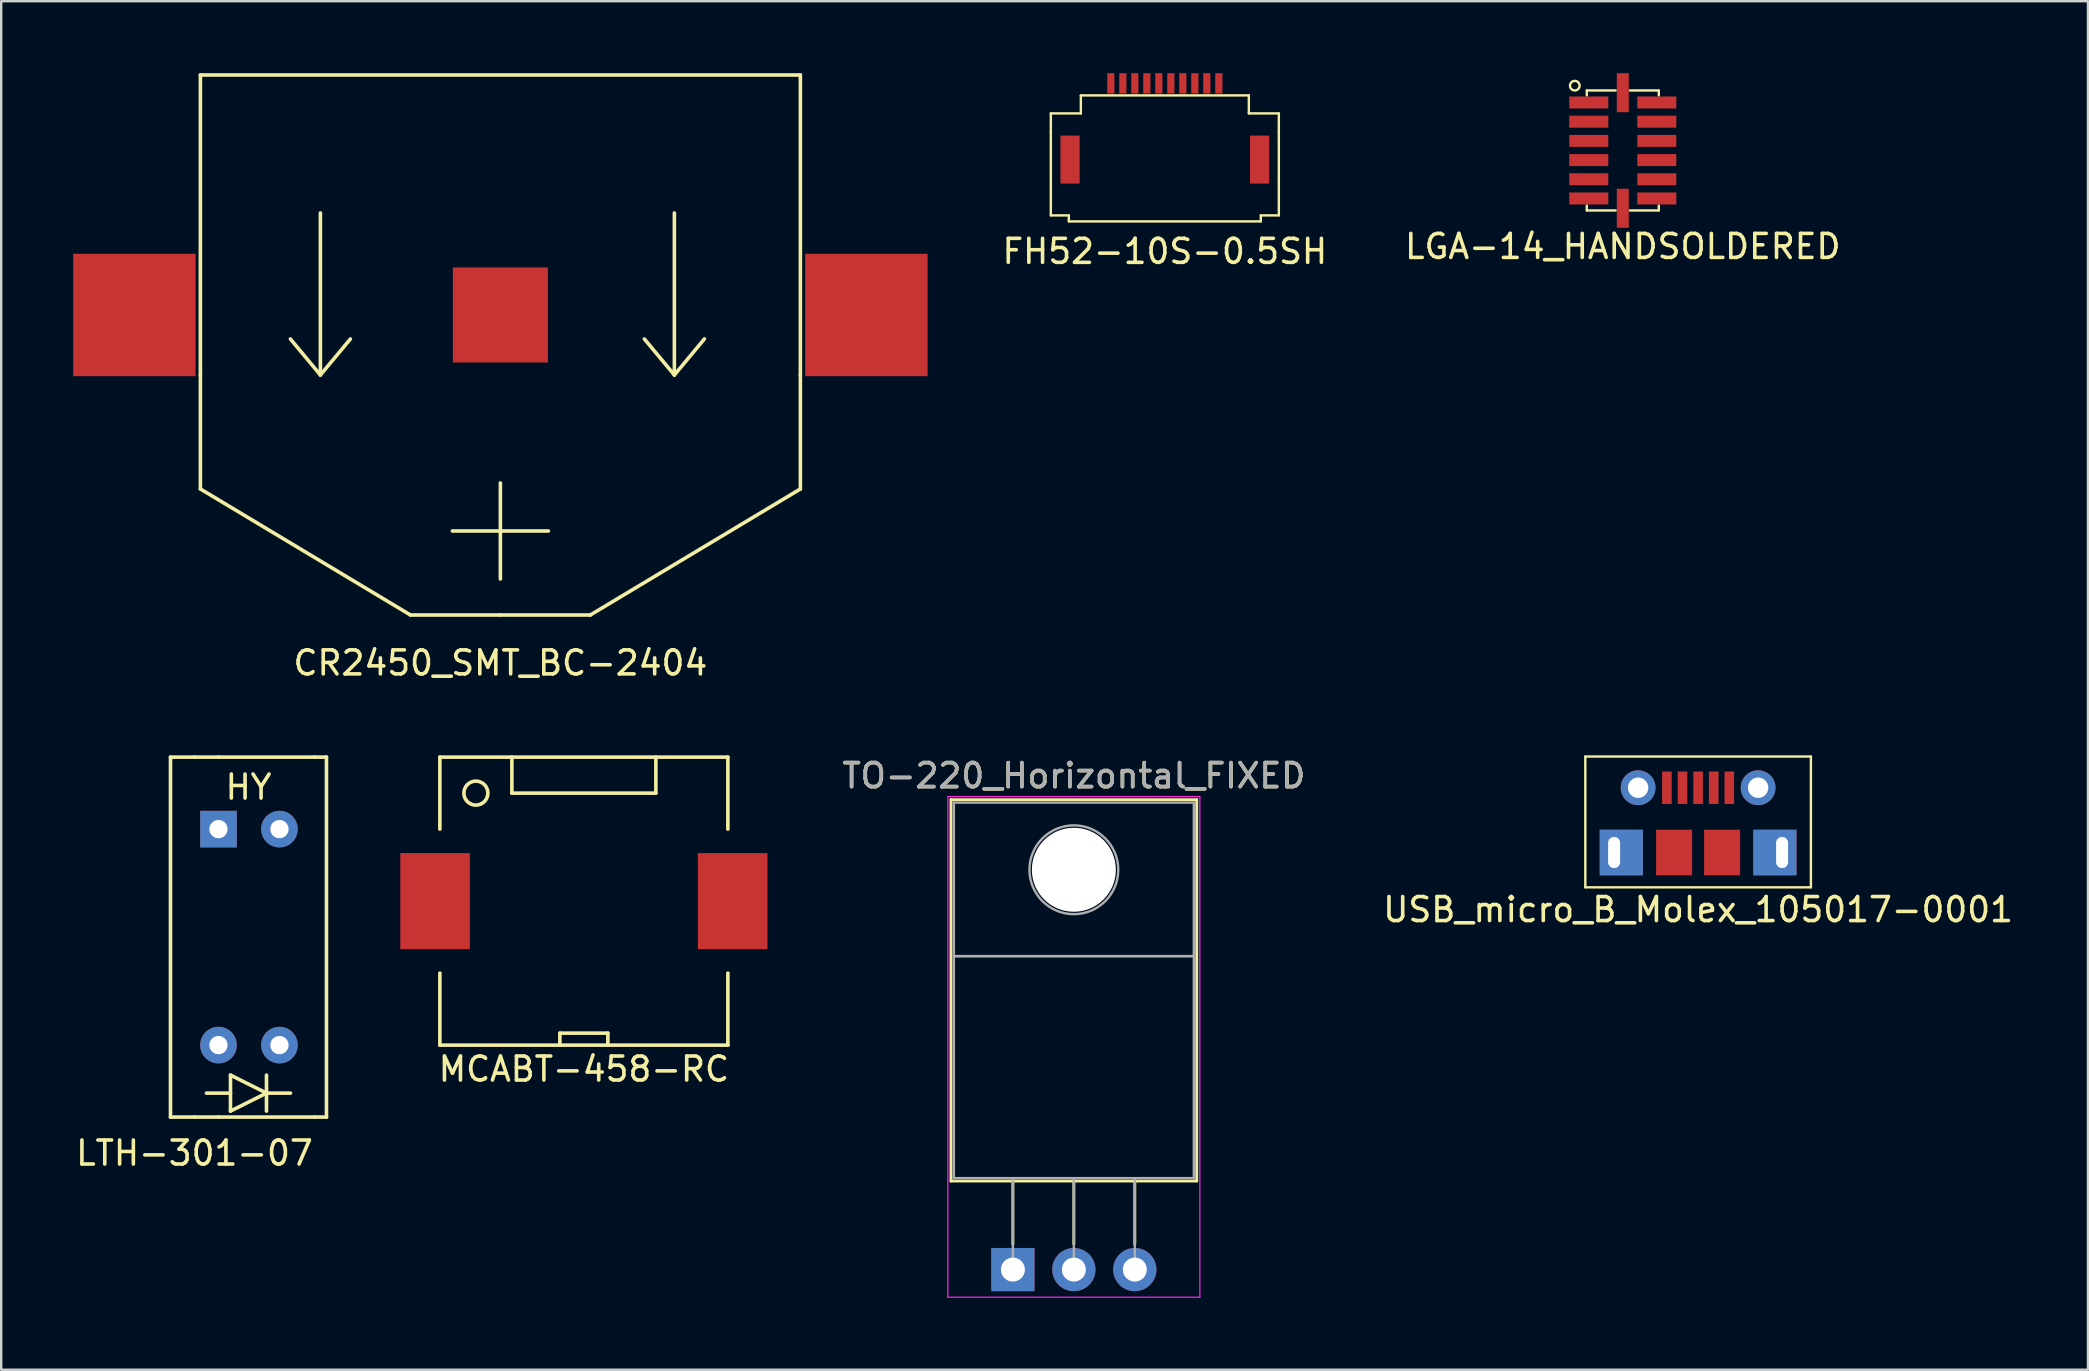
<source format=kicad_pcb>
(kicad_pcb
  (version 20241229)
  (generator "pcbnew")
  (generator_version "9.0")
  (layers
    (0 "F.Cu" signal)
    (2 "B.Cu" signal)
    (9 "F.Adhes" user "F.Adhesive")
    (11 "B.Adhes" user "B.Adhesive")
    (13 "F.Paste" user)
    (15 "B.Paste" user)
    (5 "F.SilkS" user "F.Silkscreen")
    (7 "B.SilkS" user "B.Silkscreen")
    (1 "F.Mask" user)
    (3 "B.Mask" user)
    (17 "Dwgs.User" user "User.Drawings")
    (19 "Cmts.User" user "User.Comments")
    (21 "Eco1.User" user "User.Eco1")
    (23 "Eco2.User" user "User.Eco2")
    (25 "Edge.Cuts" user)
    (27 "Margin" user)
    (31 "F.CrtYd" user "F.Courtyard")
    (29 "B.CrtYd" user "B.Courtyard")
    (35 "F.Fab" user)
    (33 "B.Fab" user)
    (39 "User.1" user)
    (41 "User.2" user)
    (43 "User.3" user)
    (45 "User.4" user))
  (footprint "USB_micro_B_Molex_105017-0001"
    (layer "F.Cu")
    (at 67.708 29.773)
    (property "Reference" "USB_micro_B_Molex_105017-0001" (at 0 5.08 0) (layer "F.SilkS") (effects (font (size 1 1) (thickness 0.15))))
    (attr through_hole)
    (fp_line (start -4.7 -1.3) (end 4.7 -1.3) (stroke (width 0.1) (type solid)) (layer "F.SilkS"))
    (fp_line (start -4.7 4.15) (end -4.7 -1.3) (stroke (width 0.1) (type solid)) (layer "F.SilkS"))
    (fp_line (start -4.7 4.15) (end 4.7 4.15) (stroke (width 0.1) (type solid)) (layer "F.SilkS"))
    (fp_line (start 4.7 -1.3) (end 4.7 4.15) (stroke (width 0.1) (type solid)) (layer "F.SilkS"))
    (pad "1" smd rect (at -1.3 0) (size 0.4 1.35) (layers "F.Cu" "F.Mask" "F.Paste"))
    (pad "2" smd rect (at -0.65 0) (size 0.4 1.35) (layers "F.Cu" "F.Mask" "F.Paste"))
    (pad "3" smd rect (at 0 0) (size 0.4 1.35) (layers "F.Cu" "F.Mask" "F.Paste"))
    (pad "4" smd rect (at 0.65 0) (size 0.4 1.35) (layers "F.Cu" "F.Mask" "F.Paste"))
    (pad "5" smd rect (at 1.3 0) (size 0.4 1.35) (layers "F.Cu" "F.Mask" "F.Paste"))
    (pad "6" thru_hole rect (at -3.5 2.7 180) (size 1.8 1.9) (drill oval 0.5 1.3 (offset -0.3 0)) (layers "*.Cu" "*.Mask"))
    (pad "6" thru_hole circle (at -2.5 0) (size 1.45 1.45) (drill 0.85) (layers "*.Cu" "*.Mask"))
    (pad "6" smd rect (at -1 2.7) (size 1.5 1.9) (layers "F.Cu" "F.Mask" "F.Paste"))
    (pad "6" smd rect (at 1 2.7) (size 1.5 1.9) (layers "F.Cu" "F.Mask" "F.Paste"))
    (pad "6" thru_hole circle (at 2.5 0) (size 1.45 1.45) (drill 0.85) (layers "*.Cu" "*.Mask"))
    (pad "6" thru_hole rect (at 3.5 2.7) (size 1.8 1.9) (drill oval 0.5 1.3 (offset -0.3 0)) (layers "*.Cu" "*.Mask")))
  (footprint "TO-220_Horizontal_FIXED"
    (layer "F.Cu")
    (at 39.156 49.852)
    (property "Reference" "TO-220_Horizontal_FIXED" (at 2.54 -20.58 0) (layer "F.SilkS") (effects (font (size 1 1) (thickness 0.15))))
    (attr through_hole)
    (fp_line (start -2.58 -19.58) (end -2.58 -3.69) (stroke (width 0.12) (type solid)) (layer "F.SilkS"))
    (fp_line (start -2.58 -19.58) (end 7.66 -19.58) (stroke (width 0.12) (type solid)) (layer "F.SilkS"))
    (fp_line (start -2.58 -3.69) (end 7.66 -3.69) (stroke (width 0.12) (type solid)) (layer "F.SilkS"))
    (fp_line (start 0 -3.69) (end 0 -1.05) (stroke (width 0.12) (type solid)) (layer "F.SilkS"))
    (fp_line (start 2.54 -3.69) (end 2.54 -1.066) (stroke (width 0.12) (type solid)) (layer "F.SilkS"))
    (fp_line (start 5.08 -3.69) (end 5.08 -1.066) (stroke (width 0.12) (type solid)) (layer "F.SilkS"))
    (fp_line (start 7.66 -19.58) (end 7.66 -3.69) (stroke (width 0.12) (type solid)) (layer "F.SilkS"))
    (fp_line (start -2.71 -19.71) (end -2.71 1.15) (stroke (width 0.05) (type solid)) (layer "F.CrtYd"))
    (fp_line (start -2.71 1.15) (end 7.79 1.15) (stroke (width 0.05) (type solid)) (layer "F.CrtYd"))
    (fp_line (start 7.79 -19.71) (end -2.71 -19.71) (stroke (width 0.05) (type solid)) (layer "F.CrtYd"))
    (fp_line (start 7.79 1.15) (end 7.79 -19.71) (stroke (width 0.05) (type solid)) (layer "F.CrtYd"))
    (fp_line (start -2.46 -19.46) (end 7.54 -19.46) (stroke (width 0.1) (type solid)) (layer "F.Fab"))
    (fp_line (start -2.46 -13.06) (end -2.46 -19.46) (stroke (width 0.1) (type solid)) (layer "F.Fab"))
    (fp_line (start -2.46 -13.06) (end 7.54 -13.06) (stroke (width 0.1) (type solid)) (layer "F.Fab"))
    (fp_line (start -2.46 -3.81) (end -2.46 -13.06) (stroke (width 0.1) (type solid)) (layer "F.Fab"))
    (fp_line (start 0 -3.81) (end 0 0) (stroke (width 0.1) (type solid)) (layer "F.Fab"))
    (fp_line (start 2.54 -3.81) (end 2.54 0) (stroke (width 0.1) (type solid)) (layer "F.Fab"))
    (fp_line (start 5.08 -3.81) (end 5.08 0) (stroke (width 0.1) (type solid)) (layer "F.Fab"))
    (fp_line (start 7.54 -19.46) (end 7.54 -13.06) (stroke (width 0.1) (type solid)) (layer "F.Fab"))
    (fp_line (start 7.54 -13.06) (end -2.46 -13.06) (stroke (width 0.1) (type solid)) (layer "F.Fab"))
    (fp_line (start 7.54 -13.06) (end 7.54 -3.81) (stroke (width 0.1) (type solid)) (layer "F.Fab"))
    (fp_line (start 7.54 -3.81) (end -2.46 -3.81) (stroke (width 0.1) (type solid)) (layer "F.Fab"))
    (fp_circle (center 2.54 -16.66) (end 4.39 -16.66) (stroke (width 0.1) (type solid)) (fill no) (layer "F.Fab"))
    (fp_text user "${REFERENCE}" (at 2.54 -20.58 0) (layer "F.Fab") (effects (font (size 1 1) (thickness 0.15))))
    (pad "" np_thru_hole oval (at 2.54 -16.66) (size 3.5 3.5) (drill 3.5) (layers "*.Cu" "*.Mask"))
    (pad "GND" thru_hole oval (at 2.54 0) (size 1.8 1.8) (drill 1) (layers "*.Cu" "*.Mask"))
    (pad "VI" thru_hole rect (at 0 0) (size 1.8 1.8) (drill 1) (layers "*.Cu" "*.Mask"))
    (pad "VO" thru_hole oval (at 5.08 0) (size 1.8 1.8) (drill 1) (layers "*.Cu" "*.Mask")))
  (footprint "LTH-301-07"
    (layer "F.Cu")
    (at 6.054 31.498)
    (property "Reference" "LTH-301-07" (at -1 13.5 0) (layer "F.SilkS") (effects (font (size 1 1) (thickness 0.15))))
    (attr through_hole)
    (fp_line (start -2 -3) (end -2 12) (stroke (width 0.15) (type solid)) (layer "F.SilkS"))
    (fp_line (start -2 12) (end -1 12) (stroke (width 0.15) (type solid)) (layer "F.SilkS"))
    (fp_line (start -1 -3) (end -2 -3) (stroke (width 0.15) (type solid)) (layer "F.SilkS"))
    (fp_line (start 0 -3) (end -1 -3) (stroke (width 0.15) (type solid)) (layer "F.SilkS"))
    (fp_line (start 0 -3) (end 4 -3) (stroke (width 0.15) (type solid)) (layer "F.SilkS"))
    (fp_line (start 0 12) (end -1 12) (stroke (width 0.15) (type solid)) (layer "F.SilkS"))
    (fp_line (start 0 12) (end 4 12) (stroke (width 0.15) (type solid)) (layer "F.SilkS"))
    (fp_line (start 0.5 10.25) (end 0.5 11.75) (stroke (width 0.15) (type solid)) (layer "F.SilkS"))
    (fp_line (start 0.5 10.25) (end 2 11) (stroke (width 0.15) (type solid)) (layer "F.SilkS"))
    (fp_line (start 0.5 11) (end -0.5 11) (stroke (width 0.15) (type solid)) (layer "F.SilkS"))
    (fp_line (start 0.5 11.75) (end 2 11) (stroke (width 0.15) (type solid)) (layer "F.SilkS"))
    (fp_line (start 2 11) (end 3 11) (stroke (width 0.15) (type solid)) (layer "F.SilkS"))
    (fp_line (start 2 11.75) (end 2 10.25) (stroke (width 0.15) (type solid)) (layer "F.SilkS"))
    (fp_line (start 4 -3) (end 4.5 -3) (stroke (width 0.15) (type solid)) (layer "F.SilkS"))
    (fp_line (start 4.5 -3) (end 4.5 12) (stroke (width 0.15) (type solid)) (layer "F.SilkS"))
    (fp_line (start 4.5 12) (end 4 12) (stroke (width 0.15) (type solid)) (layer "F.SilkS"))
    (fp_text user "HY" (at 1.25 -1.75 0) (layer "F.SilkS") (effects (font (size 1 1) (thickness 0.15))))
    (pad "1" thru_hole circle (at 0 9) (size 1.524 1.524) (drill 0.762) (layers "*.Cu" "*.Mask"))
    (pad "2" thru_hole circle (at 2.54 9) (size 1.524 1.524) (drill 0.762) (layers "*.Cu" "*.Mask"))
    (pad "15" thru_hole rect (at 0 0) (size 1.524 1.524) (drill 0.762) (layers "*.Cu" "*.Mask"))
    (pad "16" thru_hole circle (at 2.54 0) (size 1.524 1.524) (drill 0.762) (layers "*.Cu" "*.Mask")))
  (footprint "LGA-14_HANDSOLDERED"
    (layer "F.Cu")
    (at 64.57 3.22)
    (property "Reference" "LGA-14_HANDSOLDERED" (at 0 4 0) (layer "F.SilkS") (effects (font (size 1 1) (thickness 0.15))))
    (attr through_hole)
    (fp_line (start -1.5 -2.5) (end -0.3 -2.5) (stroke (width 0.1) (type solid)) (layer "F.SilkS"))
    (fp_line (start -1.5 -2.3) (end -1.5 -2.5) (stroke (width 0.1) (type solid)) (layer "F.SilkS"))
    (fp_line (start -1.5 2.5) (end -1.5 2.3) (stroke (width 0.1) (type solid)) (layer "F.SilkS"))
    (fp_line (start -0.3 2.5) (end -1.5 2.5) (stroke (width 0.1) (type solid)) (layer "F.SilkS"))
    (fp_line (start 0.3 -2.5) (end 1.5 -2.5) (stroke (width 0.1) (type solid)) (layer "F.SilkS"))
    (fp_line (start 0.3 2.5) (end 1.5 2.5) (stroke (width 0.1) (type solid)) (layer "F.SilkS"))
    (fp_line (start 1.5 -2.5) (end 1.5 -2.3) (stroke (width 0.1) (type solid)) (layer "F.SilkS"))
    (fp_line (start 1.5 2.5) (end 1.5 2.3) (stroke (width 0.1) (type solid)) (layer "F.SilkS"))
    (fp_circle (center -2 -2.7) (end -2 -2.9) (stroke (width 0.1) (type solid)) (fill no) (layer "F.SilkS"))
    (pad "1" smd rect (at -1.01 -2) (size 1.626 0.5) (drill (offset -0.407 0)) (layers "F.Cu" "F.Mask" "F.Paste"))
    (pad "2" smd rect (at -1.01 -1.2) (size 1.626 0.5) (drill (offset -0.407 0)) (layers "F.Cu" "F.Mask" "F.Paste"))
    (pad "3" smd rect (at -1.01 -0.4) (size 1.626 0.5) (drill (offset -0.407 0)) (layers "F.Cu" "F.Mask" "F.Paste"))
    (pad "4" smd rect (at -1.01 0.4) (size 1.626 0.5) (drill (offset -0.407 0)) (layers "F.Cu" "F.Mask" "F.Paste"))
    (pad "5" smd rect (at -1.01 1.2) (size 1.626 0.5) (drill (offset -0.407 0)) (layers "F.Cu" "F.Mask" "F.Paste"))
    (pad "6" smd rect (at -1.01 2) (size 1.626 0.5) (drill (offset -0.407 0)) (layers "F.Cu" "F.Mask" "F.Paste"))
    (pad "7" smd rect (at 0 2 90) (size 1.626 0.5) (drill (offset -0.407 0)) (layers "F.Cu" "F.Mask" "F.Paste"))
    (pad "8" smd rect (at 1.01 2 180) (size 1.626 0.5) (drill (offset -0.407 0)) (layers "F.Cu" "F.Mask" "F.Paste"))
    (pad "9" smd rect (at 1.01 1.2 180) (size 1.626 0.5) (drill (offset -0.407 0)) (layers "F.Cu" "F.Mask" "F.Paste"))
    (pad "10" smd rect (at 1.01 0.4 180) (size 1.626 0.5) (drill (offset -0.407 0)) (layers "F.Cu" "F.Mask" "F.Paste"))
    (pad "11" smd rect (at 1.01 -0.4 180) (size 1.626 0.5) (drill (offset -0.407 0)) (layers "F.Cu" "F.Mask" "F.Paste"))
    (pad "12" smd rect (at 1.01 -1.2 180) (size 1.626 0.5) (drill (offset -0.407 0)) (layers "F.Cu" "F.Mask" "F.Paste"))
    (pad "13" smd rect (at 1.01 -2 180) (size 1.626 0.5) (drill (offset -0.407 0)) (layers "F.Cu" "F.Mask" "F.Paste"))
    (pad "14" smd rect (at 0 -2 270) (size 1.626 0.5) (drill (offset -0.407 0)) (layers "F.Cu" "F.Mask" "F.Paste")))
  (footprint "MCABT-458-RC"
    (layer "F.Cu")
    (at 21.279 34.498)
    (property "Reference" "MCABT-458-RC" (at 0 7 0) (layer "F.SilkS") (effects (font (size 1 1) (thickness 0.15))))
    (attr through_hole)
    (fp_line (start -6 -6) (end -6 -3) (stroke (width 0.15) (type solid)) (layer "F.SilkS"))
    (fp_line (start -6 -6) (end 6 -6) (stroke (width 0.15) (type solid)) (layer "F.SilkS"))
    (fp_line (start -6 6) (end -6 3) (stroke (width 0.15) (type solid)) (layer "F.SilkS"))
    (fp_line (start -3 -6) (end -3 -4.5) (stroke (width 0.15) (type solid)) (layer "F.SilkS"))
    (fp_line (start -3 -4.5) (end 3 -4.5) (stroke (width 0.15) (type solid)) (layer "F.SilkS"))
    (fp_line (start -1 5.5) (end 1 5.5) (stroke (width 0.15) (type solid)) (layer "F.SilkS"))
    (fp_line (start -1 6) (end -1 5.5) (stroke (width 0.15) (type solid)) (layer "F.SilkS"))
    (fp_line (start 1 5.5) (end 1 6) (stroke (width 0.15) (type solid)) (layer "F.SilkS"))
    (fp_line (start 3 -4.5) (end 3 -6) (stroke (width 0.15) (type solid)) (layer "F.SilkS"))
    (fp_line (start 6 -6) (end 6 -3) (stroke (width 0.15) (type solid)) (layer "F.SilkS"))
    (fp_line (start 6 6) (end -6 6) (stroke (width 0.15) (type solid)) (layer "F.SilkS"))
    (fp_line (start 6 6) (end 6 3) (stroke (width 0.15) (type solid)) (layer "F.SilkS"))
    (fp_circle (center -4.5 -4.5) (end -4 -4.5) (stroke (width 0.15) (type solid)) (fill no) (layer "F.SilkS"))
    (pad "1" smd rect (at 6.2 0) (size 2.9 4) (layers "F.Cu" "F.Mask" "F.Paste"))
    (pad "2" smd rect (at -6.2 0) (size 2.9 4) (layers "F.Cu" "F.Mask" "F.Paste")))
  (footprint "FH52-10S-0.5SH"
    (layer "F.Cu")
    (at 45.487 0.425)
    (property "Reference" "FH52-10S-0.5SH" (at 0 7 0) (layer "F.SilkS") (effects (font (size 1 1) (thickness 0.15))))
    (attr through_hole)
    (fp_line (start -4.75 1.25) (end -4.75 2) (stroke (width 0.1) (type solid)) (layer "F.SilkS"))
    (fp_line (start -4.75 2) (end -4.75 5.5) (stroke (width 0.1) (type solid)) (layer "F.SilkS"))
    (fp_line (start -4.75 5.5) (end -4 5.5) (stroke (width 0.1) (type solid)) (layer "F.SilkS"))
    (fp_line (start -4 5.5) (end -4 5.75) (stroke (width 0.1) (type solid)) (layer "F.SilkS"))
    (fp_line (start -4 5.75) (end 4 5.75) (stroke (width 0.1) (type solid)) (layer "F.SilkS"))
    (fp_line (start -3.5 0.5) (end -3.5 1.25) (stroke (width 0.1) (type solid)) (layer "F.SilkS"))
    (fp_line (start -3.5 1.25) (end -4.75 1.25) (stroke (width 0.1) (type solid)) (layer "F.SilkS"))
    (fp_line (start 3.5 0.5) (end -3.5 0.5) (stroke (width 0.1) (type solid)) (layer "F.SilkS"))
    (fp_line (start 3.5 1.25) (end 3.5 0.5) (stroke (width 0.1) (type solid)) (layer "F.SilkS"))
    (fp_line (start 4 5.5) (end 4.75 5.5) (stroke (width 0.1) (type solid)) (layer "F.SilkS"))
    (fp_line (start 4 5.75) (end 4 5.5) (stroke (width 0.1) (type solid)) (layer "F.SilkS"))
    (fp_line (start 4.75 1.25) (end 3.5 1.25) (stroke (width 0.1) (type solid)) (layer "F.SilkS"))
    (fp_line (start 4.75 2) (end 4.75 1.25) (stroke (width 0.1) (type solid)) (layer "F.SilkS"))
    (fp_line (start 4.75 5.5) (end 4.75 2) (stroke (width 0.1) (type solid)) (layer "F.SilkS"))
    (pad "" smd rect (at -3.95 3.175) (size 0.8 2) (layers "F.Cu" "F.Mask" "F.Paste"))
    (pad "" smd rect (at 3.95 3.175) (size 0.8 2) (layers "F.Cu" "F.Mask" "F.Paste"))
    (pad "1" smd rect (at -2.25 0) (size 0.3 0.85) (layers "F.Cu" "F.Mask" "F.Paste"))
    (pad "2" smd rect (at -1.75 0) (size 0.3 0.85) (layers "F.Cu" "F.Mask" "F.Paste"))
    (pad "3" smd rect (at -1.25 0) (size 0.3 0.85) (layers "F.Cu" "F.Mask" "F.Paste"))
    (pad "4" smd rect (at -0.75 0) (size 0.3 0.85) (layers "F.Cu" "F.Mask" "F.Paste"))
    (pad "5" smd rect (at -0.25 0) (size 0.3 0.85) (layers "F.Cu" "F.Mask" "F.Paste"))
    (pad "6" smd rect (at 0.25 0) (size 0.3 0.85) (layers "F.Cu" "F.Mask" "F.Paste"))
    (pad "7" smd rect (at 0.75 0) (size 0.3 0.85) (layers "F.Cu" "F.Mask" "F.Paste"))
    (pad "8" smd rect (at 1.25 0) (size 0.3 0.85) (layers "F.Cu" "F.Mask" "F.Paste"))
    (pad "9" smd rect (at 1.75 0) (size 0.3 0.85) (layers "F.Cu" "F.Mask" "F.Paste"))
    (pad "10" smd rect (at 2.25 0) (size 0.3 0.85) (layers "F.Cu" "F.Mask" "F.Paste")))
  (footprint "CR2450_SMT_BC-2404"
    (layer "F.Cu")
    (at 17.8 10.075)
    (property "Reference" "CR2450_SMT_BC-2404" (at 0 14.5 0) (layer "F.SilkS") (effects (font (size 1 1) (thickness 0.15))))
    (attr through_hole)
    (fp_line (start -12.5 2.5) (end -12.5 -10) (stroke (width 0.15) (type solid)) (layer "F.SilkS"))
    (fp_line (start -12.5 7.25) (end -12.5 2.5) (stroke (width 0.15) (type solid)) (layer "F.SilkS"))
    (fp_line (start -8.75 1) (end -7.5 2.5) (stroke (width 0.15) (type solid)) (layer "F.SilkS"))
    (fp_line (start -7.5 -4.25) (end -7.5 2.5) (stroke (width 0.15) (type solid)) (layer "F.SilkS"))
    (fp_line (start -7.5 2.5) (end -6.25 1) (stroke (width 0.15) (type solid)) (layer "F.SilkS"))
    (fp_line (start -3.75 12.5) (end -12.5 7.25) (stroke (width 0.15) (type solid)) (layer "F.SilkS"))
    (fp_line (start 0 11) (end 0 7) (stroke (width 0.15) (type solid)) (layer "F.SilkS"))
    (fp_line (start 0 12.5) (end -3.75 12.5) (stroke (width 0.15) (type solid)) (layer "F.SilkS"))
    (fp_line (start 0 12.5) (end 3.75 12.5) (stroke (width 0.15) (type solid)) (layer "F.SilkS"))
    (fp_line (start 2 9) (end -2 9) (stroke (width 0.15) (type solid)) (layer "F.SilkS"))
    (fp_line (start 6 1) (end 7.25 2.5) (stroke (width 0.15) (type solid)) (layer "F.SilkS"))
    (fp_line (start 7.25 -4.25) (end 7.25 2.5) (stroke (width 0.15) (type solid)) (layer "F.SilkS"))
    (fp_line (start 7.25 2.5) (end 8.5 1) (stroke (width 0.15) (type solid)) (layer "F.SilkS"))
    (fp_line (start 12.5 -10) (end -12.5 -10) (stroke (width 0.15) (type solid)) (layer "F.SilkS"))
    (fp_line (start 12.5 2.5) (end 12.5 -10) (stroke (width 0.15) (type solid)) (layer "F.SilkS"))
    (fp_line (start 12.5 7.25) (end 3.75 12.5) (stroke (width 0.15) (type solid)) (layer "F.SilkS"))
    (fp_line (start 12.5 7.25) (end 12.5 2.5) (stroke (width 0.15) (type solid)) (layer "F.SilkS"))
    (pad "1" smd rect (at 0 0) (size 3.96 3.96) (layers "F.Cu" "F.Mask" "F.Paste"))
    (pad "2" smd rect (at -15.25 0) (size 5.1 5.1) (layers "F.Cu" "F.Mask" "F.Paste"))
    (pad "2" smd rect (at 15.25 0) (size 5.1 5.1) (layers "F.Cu" "F.Mask" "F.Paste")))
  (gr_rect
    (start -3 -3)
    (end 83.952 54.026)
    (stroke (width 0.1) (type default))
    (fill no)
    (layer "Edge.Cuts")))
</source>
